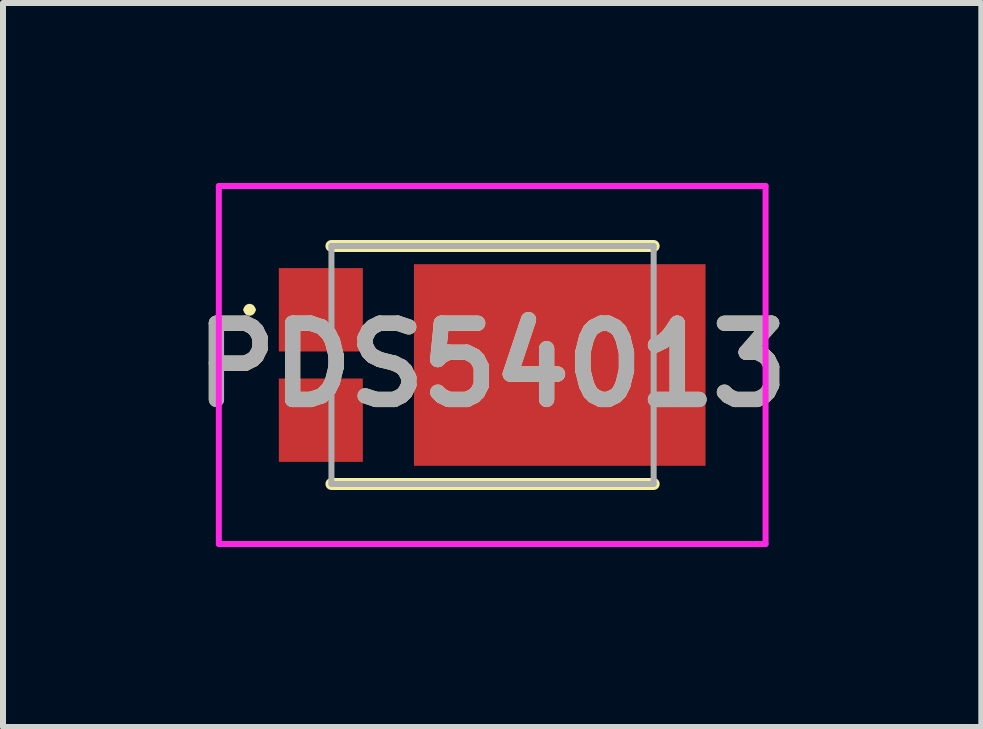
<source format=kicad_pcb>
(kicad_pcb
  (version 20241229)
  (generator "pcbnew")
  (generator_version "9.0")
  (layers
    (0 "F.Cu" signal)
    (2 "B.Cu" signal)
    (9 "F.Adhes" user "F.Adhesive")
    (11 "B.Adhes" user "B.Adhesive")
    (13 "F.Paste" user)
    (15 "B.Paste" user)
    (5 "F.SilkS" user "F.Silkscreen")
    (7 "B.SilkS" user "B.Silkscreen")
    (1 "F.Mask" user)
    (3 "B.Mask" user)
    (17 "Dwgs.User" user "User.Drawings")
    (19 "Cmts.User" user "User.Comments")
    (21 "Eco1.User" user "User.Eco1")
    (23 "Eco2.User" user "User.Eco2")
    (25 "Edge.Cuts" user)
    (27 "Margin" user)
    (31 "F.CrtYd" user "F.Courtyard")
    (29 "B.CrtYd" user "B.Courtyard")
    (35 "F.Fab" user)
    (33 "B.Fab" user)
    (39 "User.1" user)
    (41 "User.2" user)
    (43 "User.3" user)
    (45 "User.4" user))
  (footprint "PDS54013"
    (layer "F.Cu")
    (at 5.159 3.033)
    (property "Reference" "PDS54013" (at -0.006 0 0) (layer "F.SilkS") (effects (font (size 1.27 1.27) (thickness 0.254))))
    (attr smd)
    (fp_line (start -4.1 -0.92) (end -4.1 -0.92) (stroke (width 0.1) (type solid)) (layer "F.SilkS"))
    (fp_line (start -4 -0.92) (end -4 -0.92) (stroke (width 0.1) (type solid)) (layer "F.SilkS"))
    (fp_line (start -2.685 -1.983) (end 2.685 -1.983) (stroke (width 0.2) (type solid)) (layer "F.SilkS"))
    (fp_line (start -2.685 1.983) (end 2.685 1.983) (stroke (width 0.2) (type solid)) (layer "F.SilkS"))
    (fp_arc (start -4.1 -0.92) (mid -4.05 -0.97) (end -4 -0.92) (stroke (width 0.1) (type solid)) (layer "F.SilkS"))
    (fp_arc (start -4 -0.92) (mid -4.05 -0.87) (end -4.1 -0.92) (stroke (width 0.1) (type solid)) (layer "F.SilkS"))
    (fp_line (start -4.562 -2.983) (end 4.55 -2.983) (stroke (width 0.1) (type solid)) (layer "F.CrtYd"))
    (fp_line (start -4.562 2.983) (end -4.562 -2.983) (stroke (width 0.1) (type solid)) (layer "F.CrtYd"))
    (fp_line (start 4.55 -2.983) (end 4.55 2.983) (stroke (width 0.1) (type solid)) (layer "F.CrtYd"))
    (fp_line (start 4.55 2.983) (end -4.562 2.983) (stroke (width 0.1) (type solid)) (layer "F.CrtYd"))
    (fp_line (start -2.685 -1.983) (end 2.685 -1.983) (stroke (width 0.1) (type solid)) (layer "F.Fab"))
    (fp_line (start -2.685 1.983) (end -2.685 -1.983) (stroke (width 0.1) (type solid)) (layer "F.Fab"))
    (fp_line (start 2.685 -1.983) (end 2.685 1.983) (stroke (width 0.1) (type solid)) (layer "F.Fab"))
    (fp_line (start 2.685 1.983) (end -2.685 1.983) (stroke (width 0.1) (type solid)) (layer "F.Fab"))
    (fp_text user "${REFERENCE}" (at -0.006 0 0) (layer "F.Fab") (effects (font (size 1.27 1.27) (thickness 0.254))))
    (pad "1" smd rect (at 1.12 0 90) (size 3.36 4.86) (layers "F.Cu" "F.Mask" "F.Paste"))
    (pad "2" smd rect (at -2.862 -0.92 90) (size 1.39 1.4) (layers "F.Cu" "F.Mask" "F.Paste"))
    (pad "2" smd rect (at -2.862 0.92 90) (size 1.39 1.4) (layers "F.Cu" "F.Mask" "F.Paste")))
  (gr_rect
    (start -3 -3)
    (end 13.305 9.066)
    (stroke (width 0.1) (type default))
    (fill no)
    (layer "Edge.Cuts")))
</source>
